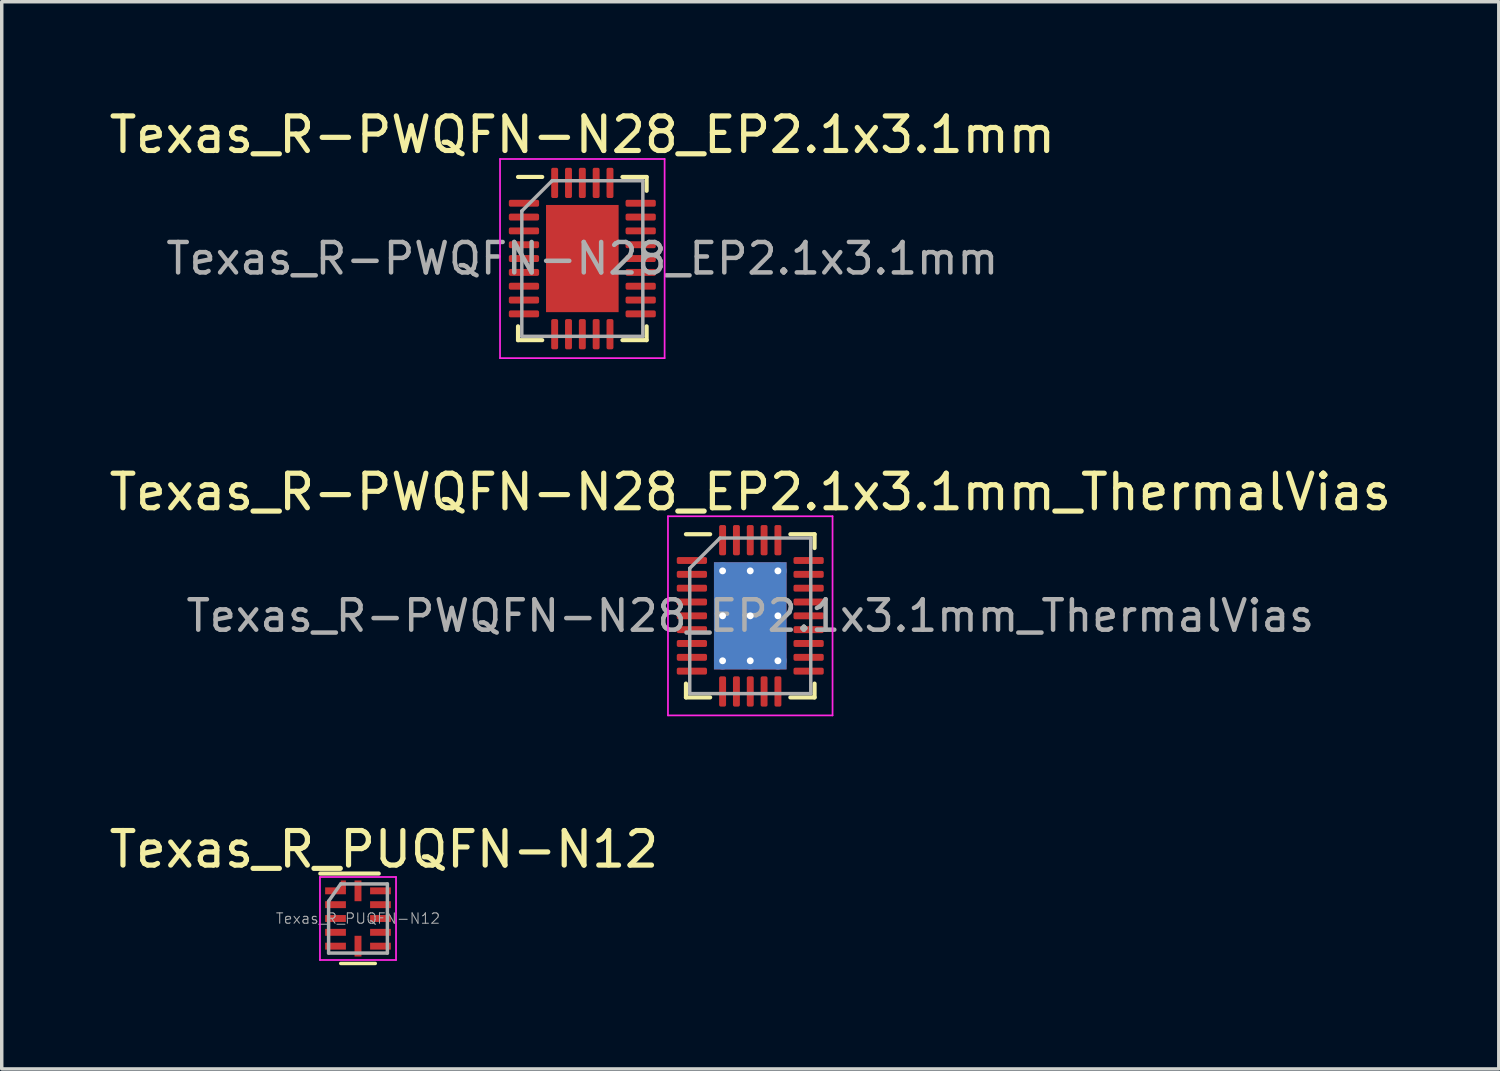
<source format=kicad_pcb>
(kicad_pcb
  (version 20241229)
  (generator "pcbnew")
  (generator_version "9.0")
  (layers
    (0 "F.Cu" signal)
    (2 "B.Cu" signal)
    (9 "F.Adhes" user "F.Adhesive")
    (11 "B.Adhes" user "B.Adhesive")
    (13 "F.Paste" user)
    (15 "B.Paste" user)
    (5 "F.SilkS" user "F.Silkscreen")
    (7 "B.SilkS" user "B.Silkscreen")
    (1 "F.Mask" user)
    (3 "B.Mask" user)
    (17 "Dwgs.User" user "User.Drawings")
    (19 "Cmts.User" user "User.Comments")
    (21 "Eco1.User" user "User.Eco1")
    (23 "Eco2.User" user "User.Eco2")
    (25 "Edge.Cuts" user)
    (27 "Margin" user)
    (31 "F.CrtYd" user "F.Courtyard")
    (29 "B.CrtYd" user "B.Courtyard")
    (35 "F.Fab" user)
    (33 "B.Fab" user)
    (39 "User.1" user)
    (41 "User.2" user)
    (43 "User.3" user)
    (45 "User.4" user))
  (footprint "Texas_R-PWQFN-N28_EP2.1x3.1mm_ThermalVias"
    (layer "F.Cu")
    (at 18.649 14.761)
    (property "Reference" "Texas_R-PWQFN-N28_EP2.1x3.1mm_ThermalVias" (at 0 -3.58 0) (layer "F.SilkS") (effects (font (size 1 1) (thickness 0.15))))
    (attr smd)
    (fp_line (start -1.86 2.36) (end -1.86 1.96) (stroke (width 0.12) (type solid)) (layer "F.SilkS"))
    (fp_line (start -1.16 -2.36) (end -1.86 -2.36) (stroke (width 0.12) (type solid)) (layer "F.SilkS"))
    (fp_line (start -1.16 2.36) (end -1.86 2.36) (stroke (width 0.12) (type solid)) (layer "F.SilkS"))
    (fp_line (start 1.16 -2.36) (end 1.86 -2.36) (stroke (width 0.12) (type solid)) (layer "F.SilkS"))
    (fp_line (start 1.16 2.36) (end 1.86 2.36) (stroke (width 0.12) (type solid)) (layer "F.SilkS"))
    (fp_line (start 1.86 -2.36) (end 1.86 -1.96) (stroke (width 0.12) (type solid)) (layer "F.SilkS"))
    (fp_line (start 1.86 2.36) (end 1.86 1.96) (stroke (width 0.12) (type solid)) (layer "F.SilkS"))
    (fp_line (start -2.38 -2.88) (end -2.38 2.88) (stroke (width 0.05) (type solid)) (layer "F.CrtYd"))
    (fp_line (start -2.38 2.88) (end 2.38 2.88) (stroke (width 0.05) (type solid)) (layer "F.CrtYd"))
    (fp_line (start 2.38 -2.88) (end -2.38 -2.88) (stroke (width 0.05) (type solid)) (layer "F.CrtYd"))
    (fp_line (start 2.38 2.88) (end 2.38 -2.88) (stroke (width 0.05) (type solid)) (layer "F.CrtYd"))
    (fp_line (start -1.75 -1.375) (end -0.875 -2.25) (stroke (width 0.1) (type solid)) (layer "F.Fab"))
    (fp_line (start -1.75 2.25) (end -1.75 -1.375) (stroke (width 0.1) (type solid)) (layer "F.Fab"))
    (fp_line (start -0.875 -2.25) (end 1.75 -2.25) (stroke (width 0.1) (type solid)) (layer "F.Fab"))
    (fp_line (start 1.75 -2.25) (end 1.75 2.25) (stroke (width 0.1) (type solid)) (layer "F.Fab"))
    (fp_line (start 1.75 2.25) (end -1.75 2.25) (stroke (width 0.1) (type solid)) (layer "F.Fab"))
    (fp_text user "${REFERENCE}" (at 0 0 0) (layer "F.Fab") (effects (font (size 0.88 0.88) (thickness 0.13))))
    (pad "" smd roundrect (at -0.525 -0.775) (size 0.88 1.3) (layers "F.Paste") (roundrect_rratio 0.25))
    (pad "" smd roundrect (at -0.525 0.775) (size 0.88 1.3) (layers "F.Paste") (roundrect_rratio 0.25))
    (pad "" smd roundrect (at 0.525 -0.775) (size 0.88 1.3) (layers "F.Paste") (roundrect_rratio 0.25))
    (pad "" smd roundrect (at 0.525 0.775) (size 0.88 1.3) (layers "F.Paste") (roundrect_rratio 0.25))
    (pad "1" smd roundrect (at -1.688 -1.6) (size 0.875 0.2) (layers "F.Cu" "F.Mask" "F.Paste") (roundrect_rratio 0.25))
    (pad "2" smd roundrect (at -1.688 -1.2) (size 0.875 0.2) (layers "F.Cu" "F.Mask" "F.Paste") (roundrect_rratio 0.25))
    (pad "3" smd roundrect (at -1.688 -0.8) (size 0.875 0.2) (layers "F.Cu" "F.Mask" "F.Paste") (roundrect_rratio 0.25))
    (pad "4" smd roundrect (at -1.688 -0.4) (size 0.875 0.2) (layers "F.Cu" "F.Mask" "F.Paste") (roundrect_rratio 0.25))
    (pad "5" smd roundrect (at -1.688 0) (size 0.875 0.2) (layers "F.Cu" "F.Mask" "F.Paste") (roundrect_rratio 0.25))
    (pad "6" smd roundrect (at -1.688 0.4) (size 0.875 0.2) (layers "F.Cu" "F.Mask" "F.Paste") (roundrect_rratio 0.25))
    (pad "7" smd roundrect (at -1.688 0.8) (size 0.875 0.2) (layers "F.Cu" "F.Mask" "F.Paste") (roundrect_rratio 0.25))
    (pad "8" smd roundrect (at -1.688 1.2) (size 0.875 0.2) (layers "F.Cu" "F.Mask" "F.Paste") (roundrect_rratio 0.25))
    (pad "9" smd roundrect (at -1.688 1.6) (size 0.875 0.2) (layers "F.Cu" "F.Mask" "F.Paste") (roundrect_rratio 0.25))
    (pad "10" smd roundrect (at -0.8 2.188) (size 0.2 0.875) (layers "F.Cu" "F.Mask" "F.Paste") (roundrect_rratio 0.25))
    (pad "11" smd roundrect (at -0.4 2.188) (size 0.2 0.875) (layers "F.Cu" "F.Mask" "F.Paste") (roundrect_rratio 0.25))
    (pad "12" smd roundrect (at 0 2.188) (size 0.2 0.875) (layers "F.Cu" "F.Mask" "F.Paste") (roundrect_rratio 0.25))
    (pad "13" smd roundrect (at 0.4 2.188) (size 0.2 0.875) (layers "F.Cu" "F.Mask" "F.Paste") (roundrect_rratio 0.25))
    (pad "14" smd roundrect (at 0.8 2.188) (size 0.2 0.875) (layers "F.Cu" "F.Mask" "F.Paste") (roundrect_rratio 0.25))
    (pad "15" smd roundrect (at 1.688 1.6) (size 0.875 0.2) (layers "F.Cu" "F.Mask" "F.Paste") (roundrect_rratio 0.25))
    (pad "16" smd roundrect (at 1.688 1.2) (size 0.875 0.2) (layers "F.Cu" "F.Mask" "F.Paste") (roundrect_rratio 0.25))
    (pad "17" smd roundrect (at 1.688 0.8) (size 0.875 0.2) (layers "F.Cu" "F.Mask" "F.Paste") (roundrect_rratio 0.25))
    (pad "18" smd roundrect (at 1.688 0.4) (size 0.875 0.2) (layers "F.Cu" "F.Mask" "F.Paste") (roundrect_rratio 0.25))
    (pad "19" smd roundrect (at 1.688 0) (size 0.875 0.2) (layers "F.Cu" "F.Mask" "F.Paste") (roundrect_rratio 0.25))
    (pad "20" smd roundrect (at 1.688 -0.4) (size 0.875 0.2) (layers "F.Cu" "F.Mask" "F.Paste") (roundrect_rratio 0.25))
    (pad "21" smd roundrect (at 1.688 -0.8) (size 0.875 0.2) (layers "F.Cu" "F.Mask" "F.Paste") (roundrect_rratio 0.25))
    (pad "22" smd roundrect (at 1.688 -1.2) (size 0.875 0.2) (layers "F.Cu" "F.Mask" "F.Paste") (roundrect_rratio 0.25))
    (pad "23" smd roundrect (at 1.688 -1.6) (size 0.875 0.2) (layers "F.Cu" "F.Mask" "F.Paste") (roundrect_rratio 0.25))
    (pad "24" smd roundrect (at 0.8 -2.188) (size 0.2 0.875) (layers "F.Cu" "F.Mask" "F.Paste") (roundrect_rratio 0.25))
    (pad "25" smd roundrect (at 0.4 -2.188) (size 0.2 0.875) (layers "F.Cu" "F.Mask" "F.Paste") (roundrect_rratio 0.25))
    (pad "26" smd roundrect (at 0 -2.188) (size 0.2 0.875) (layers "F.Cu" "F.Mask" "F.Paste") (roundrect_rratio 0.25))
    (pad "27" smd roundrect (at -0.4 -2.188) (size 0.2 0.875) (layers "F.Cu" "F.Mask" "F.Paste") (roundrect_rratio 0.25))
    (pad "28" smd roundrect (at -0.8 -2.188) (size 0.2 0.875) (layers "F.Cu" "F.Mask" "F.Paste") (roundrect_rratio 0.25))
    (pad "29" thru_hole circle (at -0.8 -1.3) (size 0.5 0.5) (drill 0.2) (layers "*.Cu"))
    (pad "29" thru_hole circle (at -0.8 0) (size 0.5 0.5) (drill 0.2) (layers "*.Cu"))
    (pad "29" thru_hole circle (at -0.8 1.3) (size 0.5 0.5) (drill 0.2) (layers "*.Cu"))
    (pad "29" thru_hole circle (at 0 -1.3) (size 0.5 0.5) (drill 0.2) (layers "*.Cu"))
    (pad "29" thru_hole circle (at 0 0) (size 0.5 0.5) (drill 0.2) (layers "*.Cu"))
    (pad "29" smd rect (at 0 0) (size 2.1 3.1) (layers "F.Cu" "F.Mask"))
    (pad "29" smd rect (at 0 0) (size 2.1 3.1) (layers "B.Cu"))
    (pad "29" thru_hole circle (at 0 1.3) (size 0.5 0.5) (drill 0.2) (layers "*.Cu"))
    (pad "29" thru_hole circle (at 0.8 -1.3) (size 0.5 0.5) (drill 0.2) (layers "*.Cu"))
    (pad "29" thru_hole circle (at 0.8 0) (size 0.5 0.5) (drill 0.2) (layers "*.Cu"))
    (pad "29" thru_hole circle (at 0.8 1.3) (size 0.5 0.5) (drill 0.2) (layers "*.Cu")))
  (footprint "Texas_R-PWQFN-N28_EP2.1x3.1mm"
    (layer "F.Cu")
    (at 13.792 4.428)
    (property "Reference" "Texas_R-PWQFN-N28_EP2.1x3.1mm" (at 0 -3.58 0) (layer "F.SilkS") (effects (font (size 1 1) (thickness 0.15))))
    (attr smd)
    (fp_line (start -1.86 2.36) (end -1.86 1.96) (stroke (width 0.12) (type solid)) (layer "F.SilkS"))
    (fp_line (start -1.16 -2.36) (end -1.86 -2.36) (stroke (width 0.12) (type solid)) (layer "F.SilkS"))
    (fp_line (start -1.16 2.36) (end -1.86 2.36) (stroke (width 0.12) (type solid)) (layer "F.SilkS"))
    (fp_line (start 1.16 -2.36) (end 1.86 -2.36) (stroke (width 0.12) (type solid)) (layer "F.SilkS"))
    (fp_line (start 1.16 2.36) (end 1.86 2.36) (stroke (width 0.12) (type solid)) (layer "F.SilkS"))
    (fp_line (start 1.86 -2.36) (end 1.86 -1.96) (stroke (width 0.12) (type solid)) (layer "F.SilkS"))
    (fp_line (start 1.86 2.36) (end 1.86 1.96) (stroke (width 0.12) (type solid)) (layer "F.SilkS"))
    (fp_line (start -2.38 -2.88) (end -2.38 2.88) (stroke (width 0.05) (type solid)) (layer "F.CrtYd"))
    (fp_line (start -2.38 2.88) (end 2.38 2.88) (stroke (width 0.05) (type solid)) (layer "F.CrtYd"))
    (fp_line (start 2.38 -2.88) (end -2.38 -2.88) (stroke (width 0.05) (type solid)) (layer "F.CrtYd"))
    (fp_line (start 2.38 2.88) (end 2.38 -2.88) (stroke (width 0.05) (type solid)) (layer "F.CrtYd"))
    (fp_line (start -1.75 -1.375) (end -0.875 -2.25) (stroke (width 0.1) (type solid)) (layer "F.Fab"))
    (fp_line (start -1.75 2.25) (end -1.75 -1.375) (stroke (width 0.1) (type solid)) (layer "F.Fab"))
    (fp_line (start -0.875 -2.25) (end 1.75 -2.25) (stroke (width 0.1) (type solid)) (layer "F.Fab"))
    (fp_line (start 1.75 -2.25) (end 1.75 2.25) (stroke (width 0.1) (type solid)) (layer "F.Fab"))
    (fp_line (start 1.75 2.25) (end -1.75 2.25) (stroke (width 0.1) (type solid)) (layer "F.Fab"))
    (fp_text user "${REFERENCE}" (at 0 0 0) (layer "F.Fab") (effects (font (size 0.88 0.88) (thickness 0.13))))
    (pad "" smd roundrect (at -0.525 -0.775) (size 0.85 1.25) (layers "F.Paste") (roundrect_rratio 0.25))
    (pad "" smd roundrect (at -0.525 0.775) (size 0.85 1.25) (layers "F.Paste") (roundrect_rratio 0.25))
    (pad "" smd roundrect (at 0.525 -0.775) (size 0.85 1.25) (layers "F.Paste") (roundrect_rratio 0.25))
    (pad "" smd roundrect (at 0.525 0.775) (size 0.85 1.25) (layers "F.Paste") (roundrect_rratio 0.25))
    (pad "1" smd roundrect (at -1.688 -1.6) (size 0.875 0.2) (layers "F.Cu" "F.Mask" "F.Paste") (roundrect_rratio 0.25))
    (pad "2" smd roundrect (at -1.688 -1.2) (size 0.875 0.2) (layers "F.Cu" "F.Mask" "F.Paste") (roundrect_rratio 0.25))
    (pad "3" smd roundrect (at -1.688 -0.8) (size 0.875 0.2) (layers "F.Cu" "F.Mask" "F.Paste") (roundrect_rratio 0.25))
    (pad "4" smd roundrect (at -1.688 -0.4) (size 0.875 0.2) (layers "F.Cu" "F.Mask" "F.Paste") (roundrect_rratio 0.25))
    (pad "5" smd roundrect (at -1.688 0) (size 0.875 0.2) (layers "F.Cu" "F.Mask" "F.Paste") (roundrect_rratio 0.25))
    (pad "6" smd roundrect (at -1.688 0.4) (size 0.875 0.2) (layers "F.Cu" "F.Mask" "F.Paste") (roundrect_rratio 0.25))
    (pad "7" smd roundrect (at -1.688 0.8) (size 0.875 0.2) (layers "F.Cu" "F.Mask" "F.Paste") (roundrect_rratio 0.25))
    (pad "8" smd roundrect (at -1.688 1.2) (size 0.875 0.2) (layers "F.Cu" "F.Mask" "F.Paste") (roundrect_rratio 0.25))
    (pad "9" smd roundrect (at -1.688 1.6) (size 0.875 0.2) (layers "F.Cu" "F.Mask" "F.Paste") (roundrect_rratio 0.25))
    (pad "10" smd roundrect (at -0.8 2.188) (size 0.2 0.875) (layers "F.Cu" "F.Mask" "F.Paste") (roundrect_rratio 0.25))
    (pad "11" smd roundrect (at -0.4 2.188) (size 0.2 0.875) (layers "F.Cu" "F.Mask" "F.Paste") (roundrect_rratio 0.25))
    (pad "12" smd roundrect (at 0 2.188) (size 0.2 0.875) (layers "F.Cu" "F.Mask" "F.Paste") (roundrect_rratio 0.25))
    (pad "13" smd roundrect (at 0.4 2.188) (size 0.2 0.875) (layers "F.Cu" "F.Mask" "F.Paste") (roundrect_rratio 0.25))
    (pad "14" smd roundrect (at 0.8 2.188) (size 0.2 0.875) (layers "F.Cu" "F.Mask" "F.Paste") (roundrect_rratio 0.25))
    (pad "15" smd roundrect (at 1.688 1.6) (size 0.875 0.2) (layers "F.Cu" "F.Mask" "F.Paste") (roundrect_rratio 0.25))
    (pad "16" smd roundrect (at 1.688 1.2) (size 0.875 0.2) (layers "F.Cu" "F.Mask" "F.Paste") (roundrect_rratio 0.25))
    (pad "17" smd roundrect (at 1.688 0.8) (size 0.875 0.2) (layers "F.Cu" "F.Mask" "F.Paste") (roundrect_rratio 0.25))
    (pad "18" smd roundrect (at 1.688 0.4) (size 0.875 0.2) (layers "F.Cu" "F.Mask" "F.Paste") (roundrect_rratio 0.25))
    (pad "19" smd roundrect (at 1.688 0) (size 0.875 0.2) (layers "F.Cu" "F.Mask" "F.Paste") (roundrect_rratio 0.25))
    (pad "20" smd roundrect (at 1.688 -0.4) (size 0.875 0.2) (layers "F.Cu" "F.Mask" "F.Paste") (roundrect_rratio 0.25))
    (pad "21" smd roundrect (at 1.688 -0.8) (size 0.875 0.2) (layers "F.Cu" "F.Mask" "F.Paste") (roundrect_rratio 0.25))
    (pad "22" smd roundrect (at 1.688 -1.2) (size 0.875 0.2) (layers "F.Cu" "F.Mask" "F.Paste") (roundrect_rratio 0.25))
    (pad "23" smd roundrect (at 1.688 -1.6) (size 0.875 0.2) (layers "F.Cu" "F.Mask" "F.Paste") (roundrect_rratio 0.25))
    (pad "24" smd roundrect (at 0.8 -2.188) (size 0.2 0.875) (layers "F.Cu" "F.Mask" "F.Paste") (roundrect_rratio 0.25))
    (pad "25" smd roundrect (at 0.4 -2.188) (size 0.2 0.875) (layers "F.Cu" "F.Mask" "F.Paste") (roundrect_rratio 0.25))
    (pad "26" smd roundrect (at 0 -2.188) (size 0.2 0.875) (layers "F.Cu" "F.Mask" "F.Paste") (roundrect_rratio 0.25))
    (pad "27" smd roundrect (at -0.4 -2.188) (size 0.2 0.875) (layers "F.Cu" "F.Mask" "F.Paste") (roundrect_rratio 0.25))
    (pad "28" smd roundrect (at -0.8 -2.188) (size 0.2 0.875) (layers "F.Cu" "F.Mask" "F.Paste") (roundrect_rratio 0.25))
    (pad "29" smd rect (at 0 0) (size 2.1 3.1) (layers "F.Cu" "F.Mask")))
  (footprint "Texas_R_PUQFN-N12"
    (layer "F.Cu")
    (at 7.304 23.515)
    (property "Reference" "Texas_R_PUQFN-N12" (at 0.75 -2 0) (layer "F.SilkS") (effects (font (size 1 1) (thickness 0.15))))
    (attr smd)
    (fp_line (start 0.5 1.3) (end -0.5 1.3) (stroke (width 0.1) (type solid)) (layer "F.SilkS"))
    (fp_line (start 0.6 -1.3) (end -1.09 -1.3) (stroke (width 0.12) (type solid)) (layer "F.SilkS"))
    (fp_line (start -1.1 -1.2) (end 1.1 -1.2) (stroke (width 0.05) (type solid)) (layer "F.CrtYd"))
    (fp_line (start -1.1 1.2) (end -1.1 -1.2) (stroke (width 0.05) (type solid)) (layer "F.CrtYd"))
    (fp_line (start 1.1 -1.2) (end 1.1 1.2) (stroke (width 0.05) (type solid)) (layer "F.CrtYd"))
    (fp_line (start 1.1 1.2) (end -1.1 1.2) (stroke (width 0.05) (type solid)) (layer "F.CrtYd"))
    (fp_line (start -0.85 1) (end -0.85 -0.5) (stroke (width 0.1) (type solid)) (layer "F.Fab"))
    (fp_line (start -0.5 -1) (end -0.85 -0.5) (stroke (width 0.1) (type solid)) (layer "F.Fab"))
    (fp_line (start -0.5 -1) (end 0.85 -1) (stroke (width 0.1) (type solid)) (layer "F.Fab"))
    (fp_line (start 0.85 -1) (end 0.85 1) (stroke (width 0.1) (type solid)) (layer "F.Fab"))
    (fp_line (start 0.85 1) (end -0.85 1) (stroke (width 0.1) (type solid)) (layer "F.Fab"))
    (fp_text user "${REFERENCE}" (at 0 0 0) (layer "F.Fab") (effects (font (size 0.3 0.3) (thickness 0.03))))
    (pad "1" smd rect (at -0.65 -0.8 270) (size 0.2 0.6) (layers "F.Cu" "F.Mask" "F.Paste"))
    (pad "1" smd rect (at -0.425 -0.975) (size 0.15 0.25) (layers "F.Cu" "F.Mask" "F.Paste"))
    (pad "2" smd rect (at -0.65 -0.4 270) (size 0.2 0.6) (layers "F.Cu" "F.Mask" "F.Paste"))
    (pad "3" smd rect (at -0.65 0 270) (size 0.2 0.6) (layers "F.Cu" "F.Mask" "F.Paste"))
    (pad "4" smd rect (at -0.65 0.4 270) (size 0.2 0.6) (layers "F.Cu" "F.Mask" "F.Paste"))
    (pad "5" smd rect (at -0.65 0.8 270) (size 0.2 0.6) (layers "F.Cu" "F.Mask" "F.Paste"))
    (pad "6" smd rect (at 0 0.8 270) (size 0.6 0.2) (layers "F.Cu" "F.Mask" "F.Paste"))
    (pad "7" smd rect (at 0.65 0.8 270) (size 0.2 0.6) (layers "F.Cu" "F.Mask" "F.Paste"))
    (pad "8" smd rect (at 0.65 0.4 270) (size 0.2 0.6) (layers "F.Cu" "F.Mask" "F.Paste"))
    (pad "9" smd rect (at 0.65 0 270) (size 0.2 0.6) (layers "F.Cu" "F.Mask" "F.Paste"))
    (pad "10" smd rect (at 0.65 -0.4 270) (size 0.2 0.6) (layers "F.Cu" "F.Mask" "F.Paste"))
    (pad "11" smd rect (at 0.65 -0.8 270) (size 0.2 0.6) (layers "F.Cu" "F.Mask" "F.Paste"))
    (pad "12" smd rect (at 0 -0.8 270) (size 0.6 0.2) (layers "F.Cu" "F.Mask" "F.Paste")))
  (gr_rect
    (start -3 -3)
    (end 40.298 27.865)
    (stroke (width 0.1) (type default))
    (fill no)
    (layer "Edge.Cuts")))
</source>
